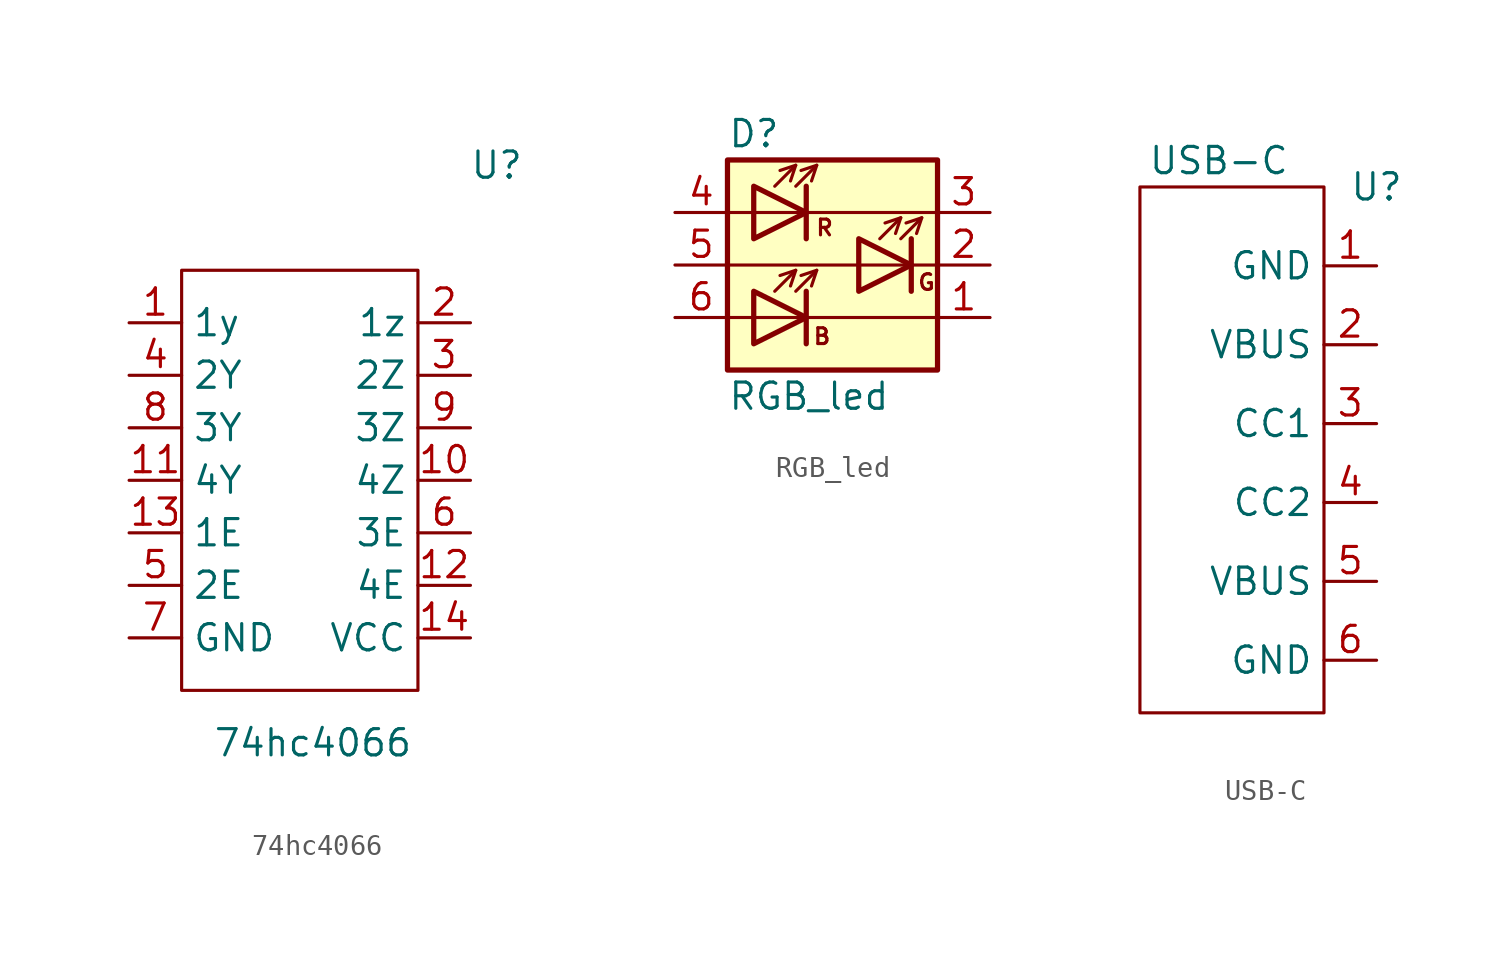
<source format=kicad_sym>
(kicad_symbol_lib
  (version 20220914)
  (generator kicad_symbol_editor)
  (symbol "74hc4066"
    (property "Reference" "U"
      (at 7.62 15.24 0)
      (effects (font (size 1.27 1.27))))
    (property "Value" "74hc4066"
      (at -1.27 -12.7 0)
      (effects (font (size 1.27 1.27))))
    (symbol "74hc4066_0_0"
      (pin bidirectional line (at -10.16 7.62 0) (length 2.54) (name "1y" (effects (font (size 1.27 1.27)))) (number "1" (effects (font (size 1.27 1.27)))))
      (pin bidirectional line (at 6.35 0 180) (length 2.54) (name "4Z" (effects (font (size 1.27 1.27)))) (number "10" (effects (font (size 1.27 1.27)))))
      (pin bidirectional line (at -10.16 0 0) (length 2.54) (name "4Y" (effects (font (size 1.27 1.27)))) (number "11" (effects (font (size 1.27 1.27)))))
      (pin input line (at 6.35 -5.08 180) (length 2.54) (name "4E" (effects (font (size 1.27 1.27)))) (number "12" (effects (font (size 1.27 1.27)))))
      (pin input line (at -10.16 -2.54 0) (length 2.54) (name "1E" (effects (font (size 1.27 1.27)))) (number "13" (effects (font (size 1.27 1.27)))))
      (pin power_in line (at 6.35 -7.62 180) (length 2.54) (name "VCC" (effects (font (size 1.27 1.27)))) (number "14" (effects (font (size 1.27 1.27)))))
      (pin bidirectional line (at 6.35 7.62 180) (length 2.54) (name "1z" (effects (font (size 1.27 1.27)))) (number "2" (effects (font (size 1.27 1.27)))))
      (pin bidirectional line (at 6.35 5.08 180) (length 2.54) (name "2Z" (effects (font (size 1.27 1.27)))) (number "3" (effects (font (size 1.27 1.27)))))
      (pin bidirectional line (at -10.16 5.08 0) (length 2.54) (name "2Y" (effects (font (size 1.27 1.27)))) (number "4" (effects (font (size 1.27 1.27)))))
      (pin input line (at -10.16 -5.08 0) (length 2.54) (name "2E" (effects (font (size 1.27 1.27)))) (number "5" (effects (font (size 1.27 1.27)))))
      (pin input line (at 6.35 -2.54 180) (length 2.54) (name "3E" (effects (font (size 1.27 1.27)))) (number "6" (effects (font (size 1.27 1.27)))))
      (pin power_in line (at -10.16 -7.62 0) (length 2.54) (name "GND" (effects (font (size 1.27 1.27)))) (number "7" (effects (font (size 1.27 1.27)))))
      (pin bidirectional line (at -10.16 2.54 0) (length 2.54) (name "3Y" (effects (font (size 1.27 1.27)))) (number "8" (effects (font (size 1.27 1.27)))))
      (pin bidirectional line (at 6.35 2.54 180) (length 2.54) (name "3Z" (effects (font (size 1.27 1.27)))) (number "9" (effects (font (size 1.27 1.27))))))
    (symbol "74hc4066_0_1"
      (rectangle (start -7.62 10.16) (end 3.81 -10.16) (stroke (width 0) (type default)) (fill (type none)))))
  (symbol "RGB_led"
    (pin_names hide)
    (property "Reference" "D"
      (at -5.08 6.35 0)
      (effects (font (size 1.27 1.27)) (justify left)))
    (property "Value" "RGB_led"
      (at -5.08 -6.35 0)
      (effects (font (size 1.27 1.27)) (justify left)))
    (symbol "RGB_led_0_0"
      (text "B" (at -0.508 -3.454 0) (effects (font (size 0.762 0.762))))
      (text "G" (at 4.547 -0.838 0) (effects (font (size 0.762 0.762))))
      (text "R" (at -0.381 1.803 0) (effects (font (size 0.762 0.762)))))
    (symbol "RGB_led_0_1"
      (rectangle (start -5.08 5.08) (end 5.08 -5.08) (stroke (width 0.254) (type default)) (fill (type background)))
      (polyline (pts (xy -5.08 -2.54) (xy 5.08 -2.54)) (stroke (width 0) (type default)) (fill (type none)))
      (polyline (pts (xy -5.08 0) (xy 5.08 0)) (stroke (width 0) (type default)) (fill (type none)))
      (polyline (pts (xy -5.08 2.54) (xy 5.08 2.54)) (stroke (width 0) (type default)) (fill (type none)))
      (polyline (pts (xy -2.794 -1.27) (xy -1.778 -0.254)) (stroke (width 0) (type default)) (fill (type none)))
      (polyline (pts (xy -2.794 3.81) (xy -1.778 4.826)) (stroke (width 0) (type default)) (fill (type none)))
      (polyline (pts (xy -1.778 -1.27) (xy -0.762 -0.254)) (stroke (width 0) (type default)) (fill (type none)))
      (polyline (pts (xy -1.778 3.81) (xy -0.762 4.826)) (stroke (width 0) (type default)) (fill (type none)))
      (polyline (pts (xy -1.27 -1.27) (xy -1.27 -3.81)) (stroke (width 0.254) (type default)) (fill (type none)))
      (polyline (pts (xy -1.27 3.81) (xy -1.27 1.27)) (stroke (width 0.254) (type default)) (fill (type none)))
      (polyline (pts (xy 2.286 1.27) (xy 3.302 2.286)) (stroke (width 0) (type default)) (fill (type none)))
      (polyline (pts (xy 3.302 1.27) (xy 4.318 2.286)) (stroke (width 0) (type default)) (fill (type none)))
      (polyline (pts (xy 3.81 1.27) (xy 3.81 -1.27)) (stroke (width 0.254) (type default)) (fill (type none)))
      (polyline (pts (xy -2.54 4.572) (xy -1.778 4.826) (xy -2.032 4.064)) (stroke (width 0) (type default)) (fill (type none)))
      (polyline (pts (xy -2.032 -1.016) (xy -1.778 -0.254) (xy -2.54 -0.508)) (stroke (width 0) (type default)) (fill (type none)))
      (polyline (pts (xy -1.524 -0.508) (xy -0.762 -0.254) (xy -1.016 -1.016)) (stroke (width 0) (type default)) (fill (type none)))
      (polyline (pts (xy -1.524 4.572) (xy -0.762 4.826) (xy -1.016 4.064)) (stroke (width 0) (type default)) (fill (type none)))
      (polyline (pts (xy 3.048 1.524) (xy 3.302 2.286) (xy 2.54 2.032)) (stroke (width 0) (type default)) (fill (type none)))
      (polyline (pts (xy 3.556 2.032) (xy 4.318 2.286) (xy 4.064 1.524)) (stroke (width 0) (type default)) (fill (type none)))
      (polyline (pts (xy -3.81 -1.27) (xy -3.81 -3.81) (xy -1.27 -2.54) (xy -3.81 -1.27)) (stroke (width 0.254) (type default)) (fill (type none)))
      (polyline (pts (xy -3.81 3.81) (xy -3.81 1.27) (xy -1.27 2.54) (xy -3.81 3.81)) (stroke (width 0.254) (type default)) (fill (type none)))
      (polyline (pts (xy 1.27 1.27) (xy 1.27 -1.27) (xy 3.81 0) (xy 1.27 1.27)) (stroke (width 0.254) (type default)) (fill (type none))))
    (symbol "RGB_led_1_1"
      (pin passive line (at 7.62 -2.54 180) (length 2.54) (name "KB" (effects (font (size 1.27 1.27)))) (number "1" (effects (font (size 1.27 1.27)))))
      (pin passive line (at 7.62 0 180) (length 2.54) (name "KG" (effects (font (size 1.27 1.27)))) (number "2" (effects (font (size 1.27 1.27)))))
      (pin passive line (at 7.62 2.54 180) (length 2.54) (name "KR" (effects (font (size 1.27 1.27)))) (number "3" (effects (font (size 1.27 1.27)))))
      (pin passive line (at -7.62 2.54 0) (length 2.54) (name "AR" (effects (font (size 1.27 1.27)))) (number "4" (effects (font (size 1.27 1.27)))))
      (pin passive line (at -7.62 0 0) (length 2.54) (name "AG" (effects (font (size 1.27 1.27)))) (number "5" (effects (font (size 1.27 1.27)))))
      (pin passive line (at -7.62 -2.54 0) (length 2.54) (name "AB" (effects (font (size 1.27 1.27)))) (number "6" (effects (font (size 1.27 1.27)))))))
  (symbol "USB-C"
    (property "Reference" "U"
      (at 2.54 5.08 0)
      (effects (font (size 1.27 1.27))))
    (property "Value" "USB-C"
      (at -5.08 6.35 0)
      (effects (font (size 1.27 1.27))))
    (symbol "USB-C_0_1"
      (rectangle (start -8.89 5.08) (end 0 -20.32) (stroke (width 0.152) (type default)) (fill (type none))))
    (symbol "USB-C_1_1"
      (pin power_out line (at 2.54 1.27 180) (length 2.54) (name "GND" (effects (font (size 1.27 1.27)))) (number "1" (effects (font (size 1.27 1.27)))))
      (pin power_out line (at 2.54 -2.54 180) (length 2.54) (name "VBUS" (effects (font (size 1.27 1.27)))) (number "2" (effects (font (size 1.27 1.27)))))
      (pin input line (at 2.54 -6.35 180) (length 2.54) (name "CC1" (effects (font (size 1.27 1.27)))) (number "3" (effects (font (size 1.27 1.27)))))
      (pin input line (at 2.54 -10.16 180) (length 2.54) (name "CC2" (effects (font (size 1.27 1.27)))) (number "4" (effects (font (size 1.27 1.27)))))
      (pin power_out line (at 2.54 -13.97 180) (length 2.54) (name "VBUS" (effects (font (size 1.27 1.27)))) (number "5" (effects (font (size 1.27 1.27)))))
      (pin power_out line (at 2.54 -17.78 180) (length 2.54) (name "GND" (effects (font (size 1.27 1.27)))) (number "6" (effects (font (size 1.27 1.27))))))))
</source>
